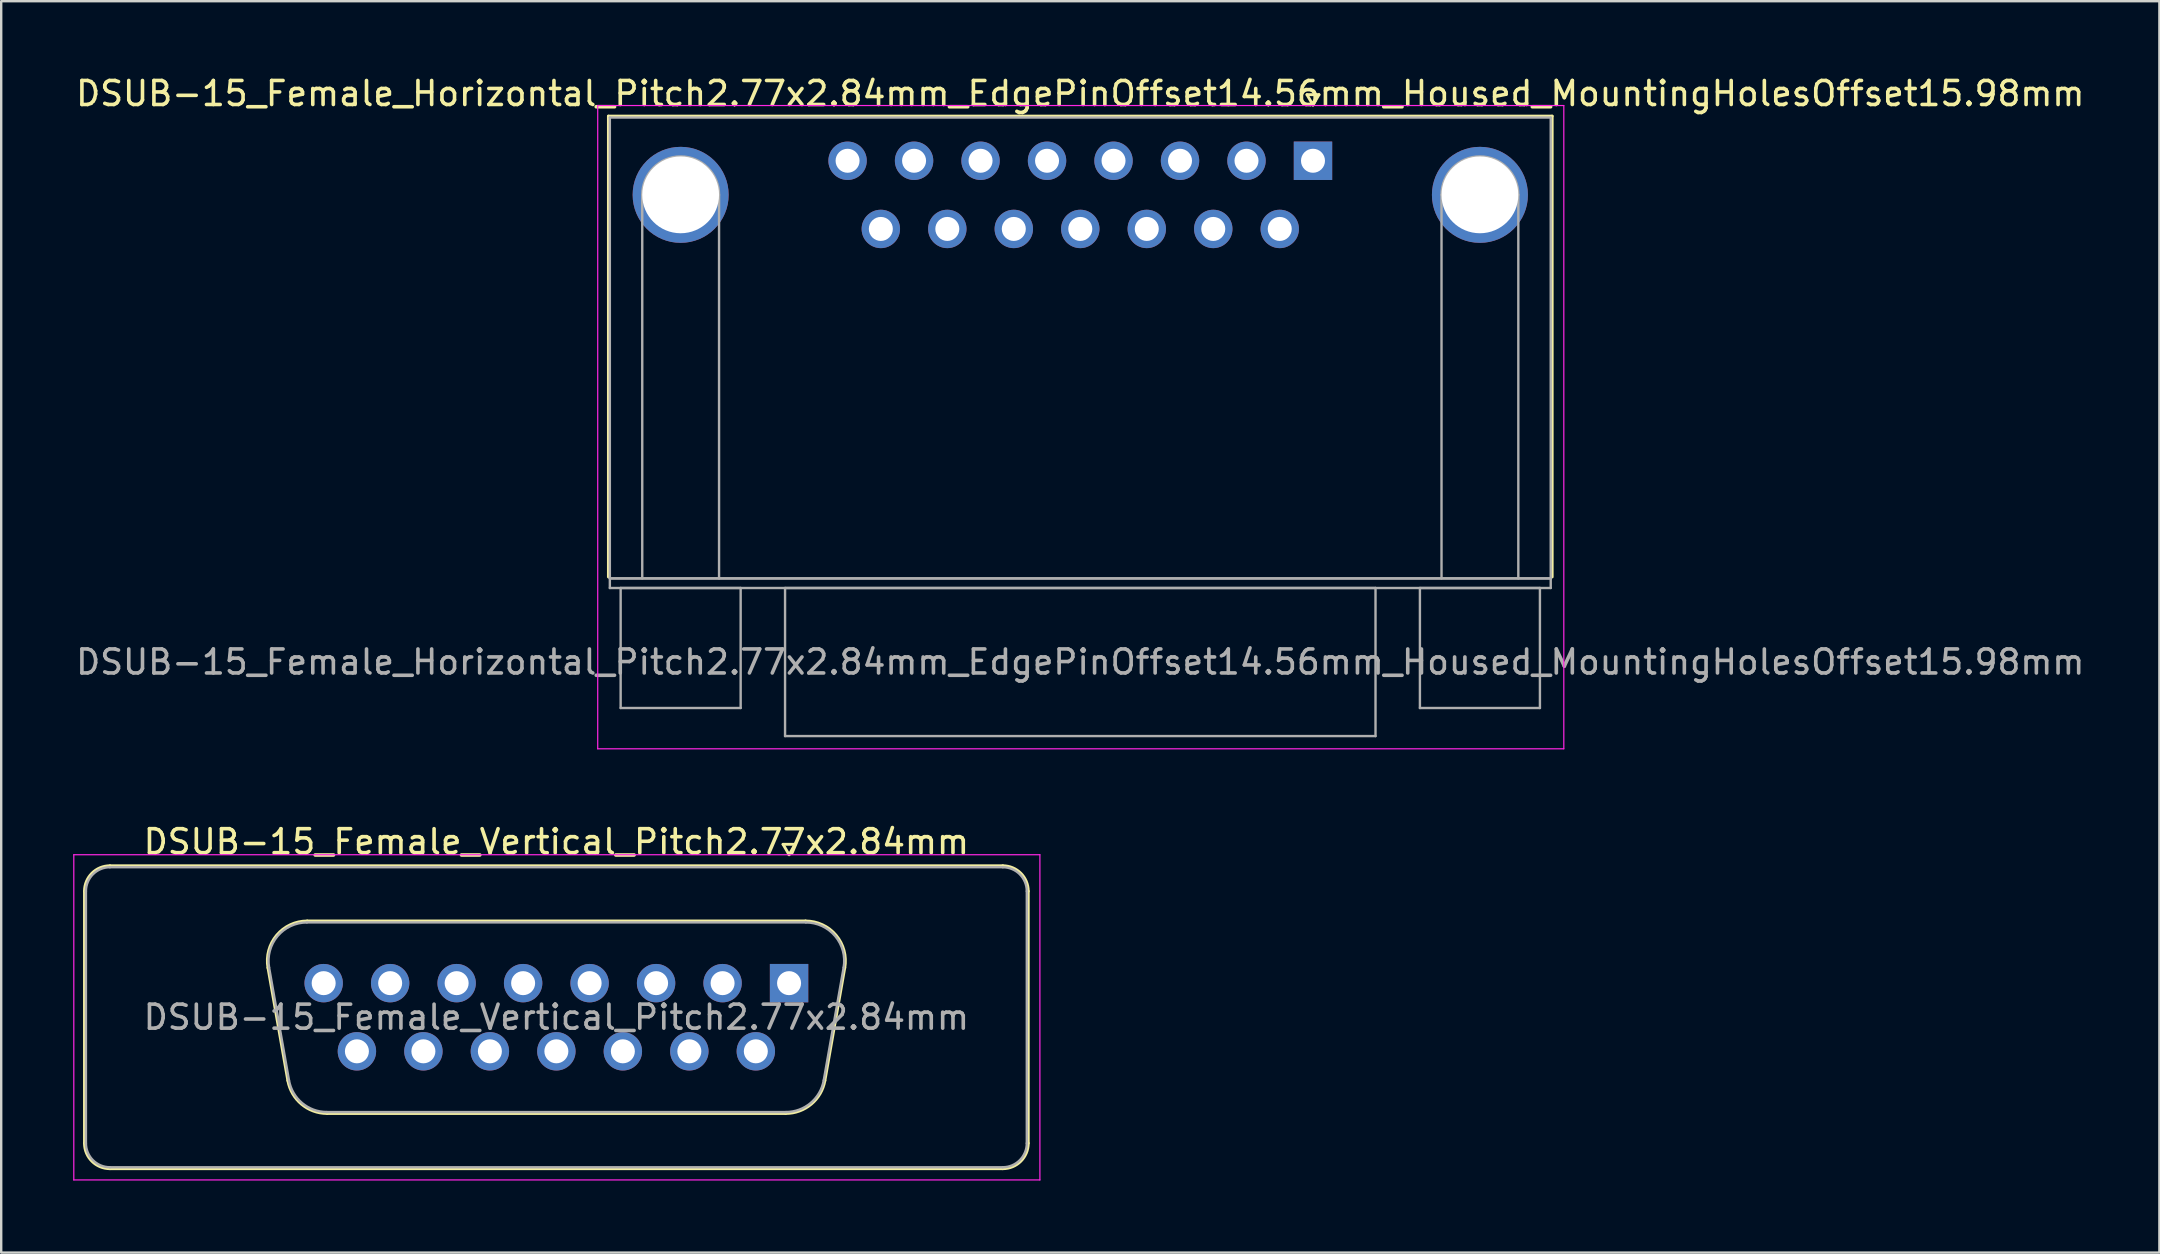
<source format=kicad_pcb>
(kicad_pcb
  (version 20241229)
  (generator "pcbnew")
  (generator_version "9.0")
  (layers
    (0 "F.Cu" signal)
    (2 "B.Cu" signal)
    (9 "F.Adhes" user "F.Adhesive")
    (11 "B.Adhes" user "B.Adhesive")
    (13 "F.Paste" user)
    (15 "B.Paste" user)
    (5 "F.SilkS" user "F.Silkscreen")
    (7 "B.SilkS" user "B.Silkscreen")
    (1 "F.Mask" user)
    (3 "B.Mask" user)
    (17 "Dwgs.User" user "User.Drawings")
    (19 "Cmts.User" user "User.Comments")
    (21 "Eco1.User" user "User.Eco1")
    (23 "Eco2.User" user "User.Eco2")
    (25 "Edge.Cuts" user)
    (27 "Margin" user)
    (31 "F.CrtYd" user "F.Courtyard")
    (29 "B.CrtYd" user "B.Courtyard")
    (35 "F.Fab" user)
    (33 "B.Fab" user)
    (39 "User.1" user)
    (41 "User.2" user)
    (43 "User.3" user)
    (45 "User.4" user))
  (footprint "DSUB-15_Female_Horizontal_Pitch2.77x2.84mm_EdgePinOffset14.56mm_Housed_MountingHolesOffset15.98mm"
    (layer "F.Cu")
    (at 51.653 3.648)
    (property "Reference" "DSUB-15_Female_Horizontal_Pitch2.77x2.84mm_EdgePinOffset14.56mm_Housed_MountingHolesOffset15.98mm" (at -9.695 -2.8 0) (layer "F.SilkS") (effects (font (size 1 1) (thickness 0.15))))
    (attr through_hole)
    (fp_line (start -29.355 -1.86) (end 9.965 -1.86) (stroke (width 0.12) (type solid)) (layer "F.SilkS"))
    (fp_line (start -29.355 17.34) (end -29.355 -1.86) (stroke (width 0.12) (type solid)) (layer "F.SilkS"))
    (fp_line (start -0.25 -2.754) (end 0.25 -2.754) (stroke (width 0.12) (type solid)) (layer "F.SilkS"))
    (fp_line (start 0 -2.321) (end -0.25 -2.754) (stroke (width 0.12) (type solid)) (layer "F.SilkS"))
    (fp_line (start 0.25 -2.754) (end 0 -2.321) (stroke (width 0.12) (type solid)) (layer "F.SilkS"))
    (fp_line (start 9.965 -1.86) (end 9.965 17.34) (stroke (width 0.12) (type solid)) (layer "F.SilkS"))
    (fp_line (start -29.8 -2.3) (end -29.8 24.5) (stroke (width 0.05) (type solid)) (layer "F.CrtYd"))
    (fp_line (start -29.8 24.5) (end 10.45 24.5) (stroke (width 0.05) (type solid)) (layer "F.CrtYd"))
    (fp_line (start 10.45 -2.3) (end -29.8 -2.3) (stroke (width 0.05) (type solid)) (layer "F.CrtYd"))
    (fp_line (start 10.45 24.5) (end 10.45 -2.3) (stroke (width 0.05) (type solid)) (layer "F.CrtYd"))
    (fp_line (start -29.295 -1.8) (end -29.295 17.4) (stroke (width 0.1) (type solid)) (layer "F.Fab"))
    (fp_line (start -29.295 17.4) (end -29.295 17.8) (stroke (width 0.1) (type solid)) (layer "F.Fab"))
    (fp_line (start -29.295 17.4) (end 9.905 17.4) (stroke (width 0.1) (type solid)) (layer "F.Fab"))
    (fp_line (start -29.295 17.8) (end 9.905 17.8) (stroke (width 0.1) (type solid)) (layer "F.Fab"))
    (fp_line (start -28.845 17.8) (end -28.845 22.8) (stroke (width 0.1) (type solid)) (layer "F.Fab"))
    (fp_line (start -28.845 22.8) (end -23.845 22.8) (stroke (width 0.1) (type solid)) (layer "F.Fab"))
    (fp_line (start -27.945 17.4) (end -27.945 1.42) (stroke (width 0.1) (type solid)) (layer "F.Fab"))
    (fp_line (start -24.745 17.4) (end -24.745 1.42) (stroke (width 0.1) (type solid)) (layer "F.Fab"))
    (fp_line (start -23.845 17.8) (end -28.845 17.8) (stroke (width 0.1) (type solid)) (layer "F.Fab"))
    (fp_line (start -23.845 22.8) (end -23.845 17.8) (stroke (width 0.1) (type solid)) (layer "F.Fab"))
    (fp_line (start -21.995 17.8) (end -21.995 23.97) (stroke (width 0.1) (type solid)) (layer "F.Fab"))
    (fp_line (start -21.995 23.97) (end 2.605 23.97) (stroke (width 0.1) (type solid)) (layer "F.Fab"))
    (fp_line (start 2.605 17.8) (end -21.995 17.8) (stroke (width 0.1) (type solid)) (layer "F.Fab"))
    (fp_line (start 2.605 23.97) (end 2.605 17.8) (stroke (width 0.1) (type solid)) (layer "F.Fab"))
    (fp_line (start 4.455 17.8) (end 4.455 22.8) (stroke (width 0.1) (type solid)) (layer "F.Fab"))
    (fp_line (start 4.455 22.8) (end 9.455 22.8) (stroke (width 0.1) (type solid)) (layer "F.Fab"))
    (fp_line (start 5.355 17.4) (end 5.355 1.42) (stroke (width 0.1) (type solid)) (layer "F.Fab"))
    (fp_line (start 8.555 17.4) (end 8.555 1.42) (stroke (width 0.1) (type solid)) (layer "F.Fab"))
    (fp_line (start 9.455 17.8) (end 4.455 17.8) (stroke (width 0.1) (type solid)) (layer "F.Fab"))
    (fp_line (start 9.455 22.8) (end 9.455 17.8) (stroke (width 0.1) (type solid)) (layer "F.Fab"))
    (fp_line (start 9.905 -1.8) (end -29.295 -1.8) (stroke (width 0.1) (type solid)) (layer "F.Fab"))
    (fp_line (start 9.905 17.4) (end -29.295 17.4) (stroke (width 0.1) (type solid)) (layer "F.Fab"))
    (fp_line (start 9.905 17.4) (end 9.905 -1.8) (stroke (width 0.1) (type solid)) (layer "F.Fab"))
    (fp_line (start 9.905 17.8) (end 9.905 17.4) (stroke (width 0.1) (type solid)) (layer "F.Fab"))
    (fp_arc (start -27.945 1.42) (mid -26.345 -0.18) (end -24.745 1.42) (stroke (width 0.1) (type solid)) (layer "F.Fab"))
    (fp_arc (start 5.355 1.42) (mid 6.955 -0.18) (end 8.555 1.42) (stroke (width 0.1) (type solid)) (layer "F.Fab"))
    (fp_text user "${REFERENCE}" (at -9.695 20.885 0) (layer "F.Fab") (effects (font (size 1 1) (thickness 0.15))))
    (pad "0" thru_hole circle (at -26.345 1.42) (size 4 4) (drill 3.2) (layers "*.Cu" "*.Mask"))
    (pad "0" thru_hole circle (at 6.955 1.42) (size 4 4) (drill 3.2) (layers "*.Cu" "*.Mask"))
    (pad "1" thru_hole rect (at 0 0) (size 1.6 1.6) (drill 1) (layers "*.Cu" "*.Mask"))
    (pad "2" thru_hole circle (at -2.77 0) (size 1.6 1.6) (drill 1) (layers "*.Cu" "*.Mask"))
    (pad "3" thru_hole circle (at -5.54 0) (size 1.6 1.6) (drill 1) (layers "*.Cu" "*.Mask"))
    (pad "4" thru_hole circle (at -8.31 0) (size 1.6 1.6) (drill 1) (layers "*.Cu" "*.Mask"))
    (pad "5" thru_hole circle (at -11.08 0) (size 1.6 1.6) (drill 1) (layers "*.Cu" "*.Mask"))
    (pad "6" thru_hole circle (at -13.85 0) (size 1.6 1.6) (drill 1) (layers "*.Cu" "*.Mask"))
    (pad "7" thru_hole circle (at -16.62 0) (size 1.6 1.6) (drill 1) (layers "*.Cu" "*.Mask"))
    (pad "8" thru_hole circle (at -19.39 0) (size 1.6 1.6) (drill 1) (layers "*.Cu" "*.Mask"))
    (pad "9" thru_hole circle (at -1.385 2.84) (size 1.6 1.6) (drill 1) (layers "*.Cu" "*.Mask"))
    (pad "10" thru_hole circle (at -4.155 2.84) (size 1.6 1.6) (drill 1) (layers "*.Cu" "*.Mask"))
    (pad "11" thru_hole circle (at -6.925 2.84) (size 1.6 1.6) (drill 1) (layers "*.Cu" "*.Mask"))
    (pad "12" thru_hole circle (at -9.695 2.84) (size 1.6 1.6) (drill 1) (layers "*.Cu" "*.Mask"))
    (pad "13" thru_hole circle (at -12.465 2.84) (size 1.6 1.6) (drill 1) (layers "*.Cu" "*.Mask"))
    (pad "14" thru_hole circle (at -15.235 2.84) (size 1.6 1.6) (drill 1) (layers "*.Cu" "*.Mask"))
    (pad "15" thru_hole circle (at -18.005 2.84) (size 1.6 1.6) (drill 1) (layers "*.Cu" "*.Mask")))
  (footprint "DSUB-15_Female_Vertical_Pitch2.77x2.84mm"
    (layer "F.Cu")
    (at 29.825 37.911)
    (property "Reference" "DSUB-15_Female_Vertical_Pitch2.77x2.84mm" (at -9.695 -5.89 0) (layer "F.SilkS") (effects (font (size 1 1) (thickness 0.15))))
    (attr through_hole)
    (fp_line (start -29.355 6.67) (end -29.355 -3.83) (stroke (width 0.12) (type solid)) (layer "F.SilkS"))
    (fp_line (start -28.295 -4.89) (end 8.905 -4.89) (stroke (width 0.12) (type solid)) (layer "F.SilkS"))
    (fp_line (start -21.711 -0.642) (end -20.883 4.058) (stroke (width 0.12) (type solid)) (layer "F.SilkS"))
    (fp_line (start -20.077 -2.59) (end 0.687 -2.59) (stroke (width 0.12) (type solid)) (layer "F.SilkS"))
    (fp_line (start -19.248 5.43) (end -0.142 5.43) (stroke (width 0.12) (type solid)) (layer "F.SilkS"))
    (fp_line (start -0.25 -5.784) (end 0.25 -5.784) (stroke (width 0.12) (type solid)) (layer "F.SilkS"))
    (fp_line (start 0 -5.351) (end -0.25 -5.784) (stroke (width 0.12) (type solid)) (layer "F.SilkS"))
    (fp_line (start 0.25 -5.784) (end 0 -5.351) (stroke (width 0.12) (type solid)) (layer "F.SilkS"))
    (fp_line (start 2.321 -0.642) (end 1.493 4.058) (stroke (width 0.12) (type solid)) (layer "F.SilkS"))
    (fp_line (start 8.905 7.73) (end -28.295 7.73) (stroke (width 0.12) (type solid)) (layer "F.SilkS"))
    (fp_line (start 9.965 -3.83) (end 9.965 6.67) (stroke (width 0.12) (type solid)) (layer "F.SilkS"))
    (fp_arc (start -29.355 -3.83) (mid -29.044533 -4.579533) (end -28.295 -4.89) (stroke (width 0.12) (type solid)) (layer "F.SilkS"))
    (fp_arc (start -28.295 7.73) (mid -29.044533 7.419533) (end -29.355 6.67) (stroke (width 0.12) (type solid)) (layer "F.SilkS"))
    (fp_arc (start -21.71147 -0.641744) (mid -21.348323 -1.997028) (end -20.076689 -2.59) (stroke (width 0.12) (type solid)) (layer "F.SilkS"))
    (fp_arc (start -19.247952 5.43) (mid -20.314979 5.041634) (end -20.882733 4.058256) (stroke (width 0.12) (type solid)) (layer "F.SilkS"))
    (fp_arc (start 0.686689 -2.59) (mid 1.958323 -1.997027) (end 2.32147 -0.641744) (stroke (width 0.12) (type solid)) (layer "F.SilkS"))
    (fp_arc (start 1.492733 4.058256) (mid 0.92498 5.041634) (end -0.142048 5.43) (stroke (width 0.12) (type solid)) (layer "F.SilkS"))
    (fp_arc (start 8.905 -4.89) (mid 9.654533 -4.579533) (end 9.965 -3.83) (stroke (width 0.12) (type solid)) (layer "F.SilkS"))
    (fp_arc (start 9.965 6.67) (mid 9.654533 7.419533) (end 8.905 7.73) (stroke (width 0.12) (type solid)) (layer "F.SilkS"))
    (fp_line (start -29.8 -5.35) (end -29.8 8.2) (stroke (width 0.05) (type solid)) (layer "F.CrtYd"))
    (fp_line (start -29.8 8.2) (end 10.45 8.2) (stroke (width 0.05) (type solid)) (layer "F.CrtYd"))
    (fp_line (start 10.45 -5.35) (end -29.8 -5.35) (stroke (width 0.05) (type solid)) (layer "F.CrtYd"))
    (fp_line (start 10.45 8.2) (end 10.45 -5.35) (stroke (width 0.05) (type solid)) (layer "F.CrtYd"))
    (fp_line (start -29.295 6.67) (end -29.295 -3.83) (stroke (width 0.1) (type solid)) (layer "F.Fab"))
    (fp_line (start -28.295 -4.83) (end 8.905 -4.83) (stroke (width 0.1) (type solid)) (layer "F.Fab"))
    (fp_line (start -21.664 -0.652) (end -20.835 4.048) (stroke (width 0.1) (type solid)) (layer "F.Fab"))
    (fp_line (start -20.088 -2.53) (end 0.698 -2.53) (stroke (width 0.1) (type solid)) (layer "F.Fab"))
    (fp_line (start -19.259 5.37) (end -0.131 5.37) (stroke (width 0.1) (type solid)) (layer "F.Fab"))
    (fp_line (start 2.274 -0.652) (end 1.445 4.048) (stroke (width 0.1) (type solid)) (layer "F.Fab"))
    (fp_line (start 8.905 7.67) (end -28.295 7.67) (stroke (width 0.1) (type solid)) (layer "F.Fab"))
    (fp_line (start 9.905 -3.83) (end 9.905 6.67) (stroke (width 0.1) (type solid)) (layer "F.Fab"))
    (fp_arc (start -29.295 -3.83) (mid -29.002107 -4.537107) (end -28.295 -4.83) (stroke (width 0.1) (type solid)) (layer "F.Fab"))
    (fp_arc (start -28.295 7.67) (mid -29.002107 7.377107) (end -29.295 6.67) (stroke (width 0.1) (type solid)) (layer "F.Fab"))
    (fp_arc (start -21.663886 -0.652163) (mid -21.313865 -1.95846) (end -20.088194 -2.53) (stroke (width 0.1) (type solid)) (layer "F.Fab"))
    (fp_arc (start -19.259457 5.37) (mid -20.287917 4.995671) (end -20.835149 4.047837) (stroke (width 0.1) (type solid)) (layer "F.Fab"))
    (fp_arc (start 0.698194 -2.53) (mid 1.923865 -1.95846) (end 2.273886 -0.652163) (stroke (width 0.1) (type solid)) (layer "F.Fab"))
    (fp_arc (start 1.445149 4.047837) (mid 0.897917 4.995671) (end -0.130543 5.37) (stroke (width 0.1) (type solid)) (layer "F.Fab"))
    (fp_arc (start 8.905 -4.83) (mid 9.612107 -4.537107) (end 9.905 -3.83) (stroke (width 0.1) (type solid)) (layer "F.Fab"))
    (fp_arc (start 9.905 6.67) (mid 9.612107 7.377107) (end 8.905 7.67) (stroke (width 0.1) (type solid)) (layer "F.Fab"))
    (fp_text user "${REFERENCE}" (at -9.695 1.42 0) (layer "F.Fab") (effects (font (size 1 1) (thickness 0.15))))
    (pad "1" thru_hole rect (at 0 0) (size 1.6 1.6) (drill 1) (layers "*.Cu" "*.Mask"))
    (pad "2" thru_hole circle (at -2.77 0) (size 1.6 1.6) (drill 1) (layers "*.Cu" "*.Mask"))
    (pad "3" thru_hole circle (at -5.54 0) (size 1.6 1.6) (drill 1) (layers "*.Cu" "*.Mask"))
    (pad "4" thru_hole circle (at -8.31 0) (size 1.6 1.6) (drill 1) (layers "*.Cu" "*.Mask"))
    (pad "5" thru_hole circle (at -11.08 0) (size 1.6 1.6) (drill 1) (layers "*.Cu" "*.Mask"))
    (pad "6" thru_hole circle (at -13.85 0) (size 1.6 1.6) (drill 1) (layers "*.Cu" "*.Mask"))
    (pad "7" thru_hole circle (at -16.62 0) (size 1.6 1.6) (drill 1) (layers "*.Cu" "*.Mask"))
    (pad "8" thru_hole circle (at -19.39 0) (size 1.6 1.6) (drill 1) (layers "*.Cu" "*.Mask"))
    (pad "9" thru_hole circle (at -1.385 2.84) (size 1.6 1.6) (drill 1) (layers "*.Cu" "*.Mask"))
    (pad "10" thru_hole circle (at -4.155 2.84) (size 1.6 1.6) (drill 1) (layers "*.Cu" "*.Mask"))
    (pad "11" thru_hole circle (at -6.925 2.84) (size 1.6 1.6) (drill 1) (layers "*.Cu" "*.Mask"))
    (pad "12" thru_hole circle (at -9.695 2.84) (size 1.6 1.6) (drill 1) (layers "*.Cu" "*.Mask"))
    (pad "13" thru_hole circle (at -12.465 2.84) (size 1.6 1.6) (drill 1) (layers "*.Cu" "*.Mask"))
    (pad "14" thru_hole circle (at -15.235 2.84) (size 1.6 1.6) (drill 1) (layers "*.Cu" "*.Mask"))
    (pad "15" thru_hole circle (at -18.005 2.84) (size 1.6 1.6) (drill 1) (layers "*.Cu" "*.Mask")))
  (gr_rect
    (start -3 -3)
    (end 86.917 49.136)
    (stroke (width 0.1) (type default))
    (fill no)
    (layer "Edge.Cuts")))
</source>
